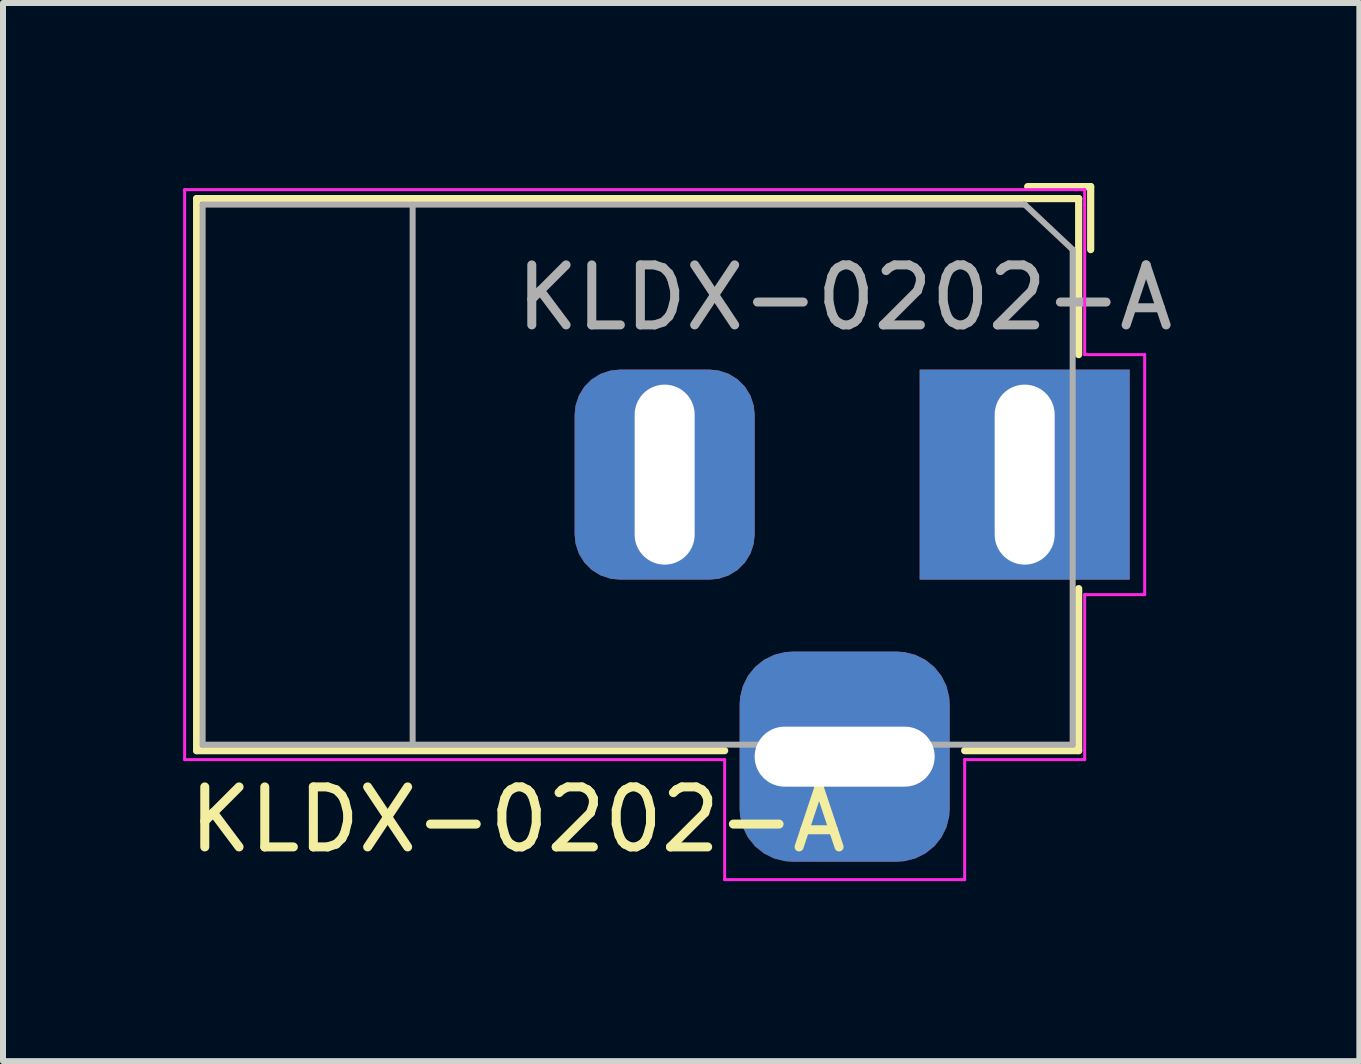
<source format=kicad_pcb>
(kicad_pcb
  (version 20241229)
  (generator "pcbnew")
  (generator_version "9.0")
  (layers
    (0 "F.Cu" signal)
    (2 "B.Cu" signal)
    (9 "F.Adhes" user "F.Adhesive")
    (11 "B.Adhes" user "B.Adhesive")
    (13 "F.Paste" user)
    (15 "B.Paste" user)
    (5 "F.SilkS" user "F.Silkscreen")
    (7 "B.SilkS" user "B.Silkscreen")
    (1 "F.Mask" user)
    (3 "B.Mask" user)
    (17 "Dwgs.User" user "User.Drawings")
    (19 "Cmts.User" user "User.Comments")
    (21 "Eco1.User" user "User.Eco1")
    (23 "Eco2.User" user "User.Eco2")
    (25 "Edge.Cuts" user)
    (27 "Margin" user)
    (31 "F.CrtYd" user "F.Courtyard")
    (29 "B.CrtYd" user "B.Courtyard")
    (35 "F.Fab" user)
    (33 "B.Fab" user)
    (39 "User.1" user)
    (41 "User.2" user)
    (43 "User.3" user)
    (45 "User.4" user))
  (footprint "KLDX-0202-A"
    (layer "F.Cu")
    (at 14.027 4.86)
    (property "Reference" "KLDX-0202-A" (at -8.45 5.75 0) (layer "F.SilkS") (effects (font (size 1 1) (thickness 0.15))))
    (attr through_hole)
    (fp_line (start -13.8 -4.6) (end 0.9 -4.6) (stroke (width 0.12) (type solid)) (layer "F.SilkS"))
    (fp_line (start -13.8 4.6) (end -13.8 -4.6) (stroke (width 0.12) (type solid)) (layer "F.SilkS"))
    (fp_line (start -5 4.6) (end -13.8 4.6) (stroke (width 0.12) (type solid)) (layer "F.SilkS"))
    (fp_line (start 0.05 -4.8) (end 1.1 -4.8) (stroke (width 0.12) (type solid)) (layer "F.SilkS"))
    (fp_line (start 0.9 -4.6) (end 0.9 -2) (stroke (width 0.12) (type solid)) (layer "F.SilkS"))
    (fp_line (start 0.9 1.9) (end 0.9 4.6) (stroke (width 0.12) (type solid)) (layer "F.SilkS"))
    (fp_line (start 0.9 4.6) (end -1 4.6) (stroke (width 0.12) (type solid)) (layer "F.SilkS"))
    (fp_line (start 1.1 -3.75) (end 1.1 -4.8) (stroke (width 0.12) (type solid)) (layer "F.SilkS"))
    (fp_line (start -14 4.75) (end -14 -4.75) (stroke (width 0.05) (type solid)) (layer "F.CrtYd"))
    (fp_line (start -5 4.75) (end -14 4.75) (stroke (width 0.05) (type solid)) (layer "F.CrtYd"))
    (fp_line (start -5 6.75) (end -5 4.75) (stroke (width 0.05) (type solid)) (layer "F.CrtYd"))
    (fp_line (start -1 4.75) (end -1 6.75) (stroke (width 0.05) (type solid)) (layer "F.CrtYd"))
    (fp_line (start -1 6.75) (end -5 6.75) (stroke (width 0.05) (type solid)) (layer "F.CrtYd"))
    (fp_line (start 1 -4.75) (end -14 -4.75) (stroke (width 0.05) (type solid)) (layer "F.CrtYd"))
    (fp_line (start 1 -4.5) (end 1 -4.75) (stroke (width 0.05) (type solid)) (layer "F.CrtYd"))
    (fp_line (start 1 -4.5) (end 1 -2) (stroke (width 0.05) (type solid)) (layer "F.CrtYd"))
    (fp_line (start 1 -2) (end 2 -2) (stroke (width 0.05) (type solid)) (layer "F.CrtYd"))
    (fp_line (start 1 2) (end 1 4.75) (stroke (width 0.05) (type solid)) (layer "F.CrtYd"))
    (fp_line (start 1 4.75) (end -1 4.75) (stroke (width 0.05) (type solid)) (layer "F.CrtYd"))
    (fp_line (start 2 -2) (end 2 2) (stroke (width 0.05) (type solid)) (layer "F.CrtYd"))
    (fp_line (start 2 2) (end 1 2) (stroke (width 0.05) (type solid)) (layer "F.CrtYd"))
    (fp_line (start -13.7 -4.5) (end -13.7 4.5) (stroke (width 0.1) (type solid)) (layer "F.Fab"))
    (fp_line (start -13.7 4.5) (end 0.8 4.5) (stroke (width 0.1) (type solid)) (layer "F.Fab"))
    (fp_line (start -10.2 -4.5) (end -10.2 4.5) (stroke (width 0.1) (type solid)) (layer "F.Fab"))
    (fp_line (start -0.003 -4.505) (end 0.8 -3.75) (stroke (width 0.1) (type solid)) (layer "F.Fab"))
    (fp_line (start 0 -4.5) (end -13.7 -4.5) (stroke (width 0.1) (type solid)) (layer "F.Fab"))
    (fp_line (start 0.8 4.5) (end 0.8 -3.75) (stroke (width 0.1) (type solid)) (layer "F.Fab"))
    (fp_text user "${REFERENCE}" (at -3 -2.95 0) (layer "F.Fab") (effects (font (size 1 1) (thickness 0.15))))
    (pad "1" thru_hole rect (at 0 0) (size 3.5 3.5) (drill oval 1 3) (layers "*.Cu" "*.Mask"))
    (pad "2" thru_hole roundrect (at -6 0) (size 3 3.5) (drill oval 1 3) (layers "*.Cu" "*.Mask") (roundrect_rratio 0.25))
    (pad "3" thru_hole roundrect (at -3 4.7) (size 3.5 3.5) (drill oval 3 1) (layers "*.Cu" "*.Mask") (roundrect_rratio 0.25)))
  (gr_rect
    (start -3 -3)
    (end 19.605 14.635)
    (stroke (width 0.1) (type default))
    (fill no)
    (layer "Edge.Cuts")))
</source>
